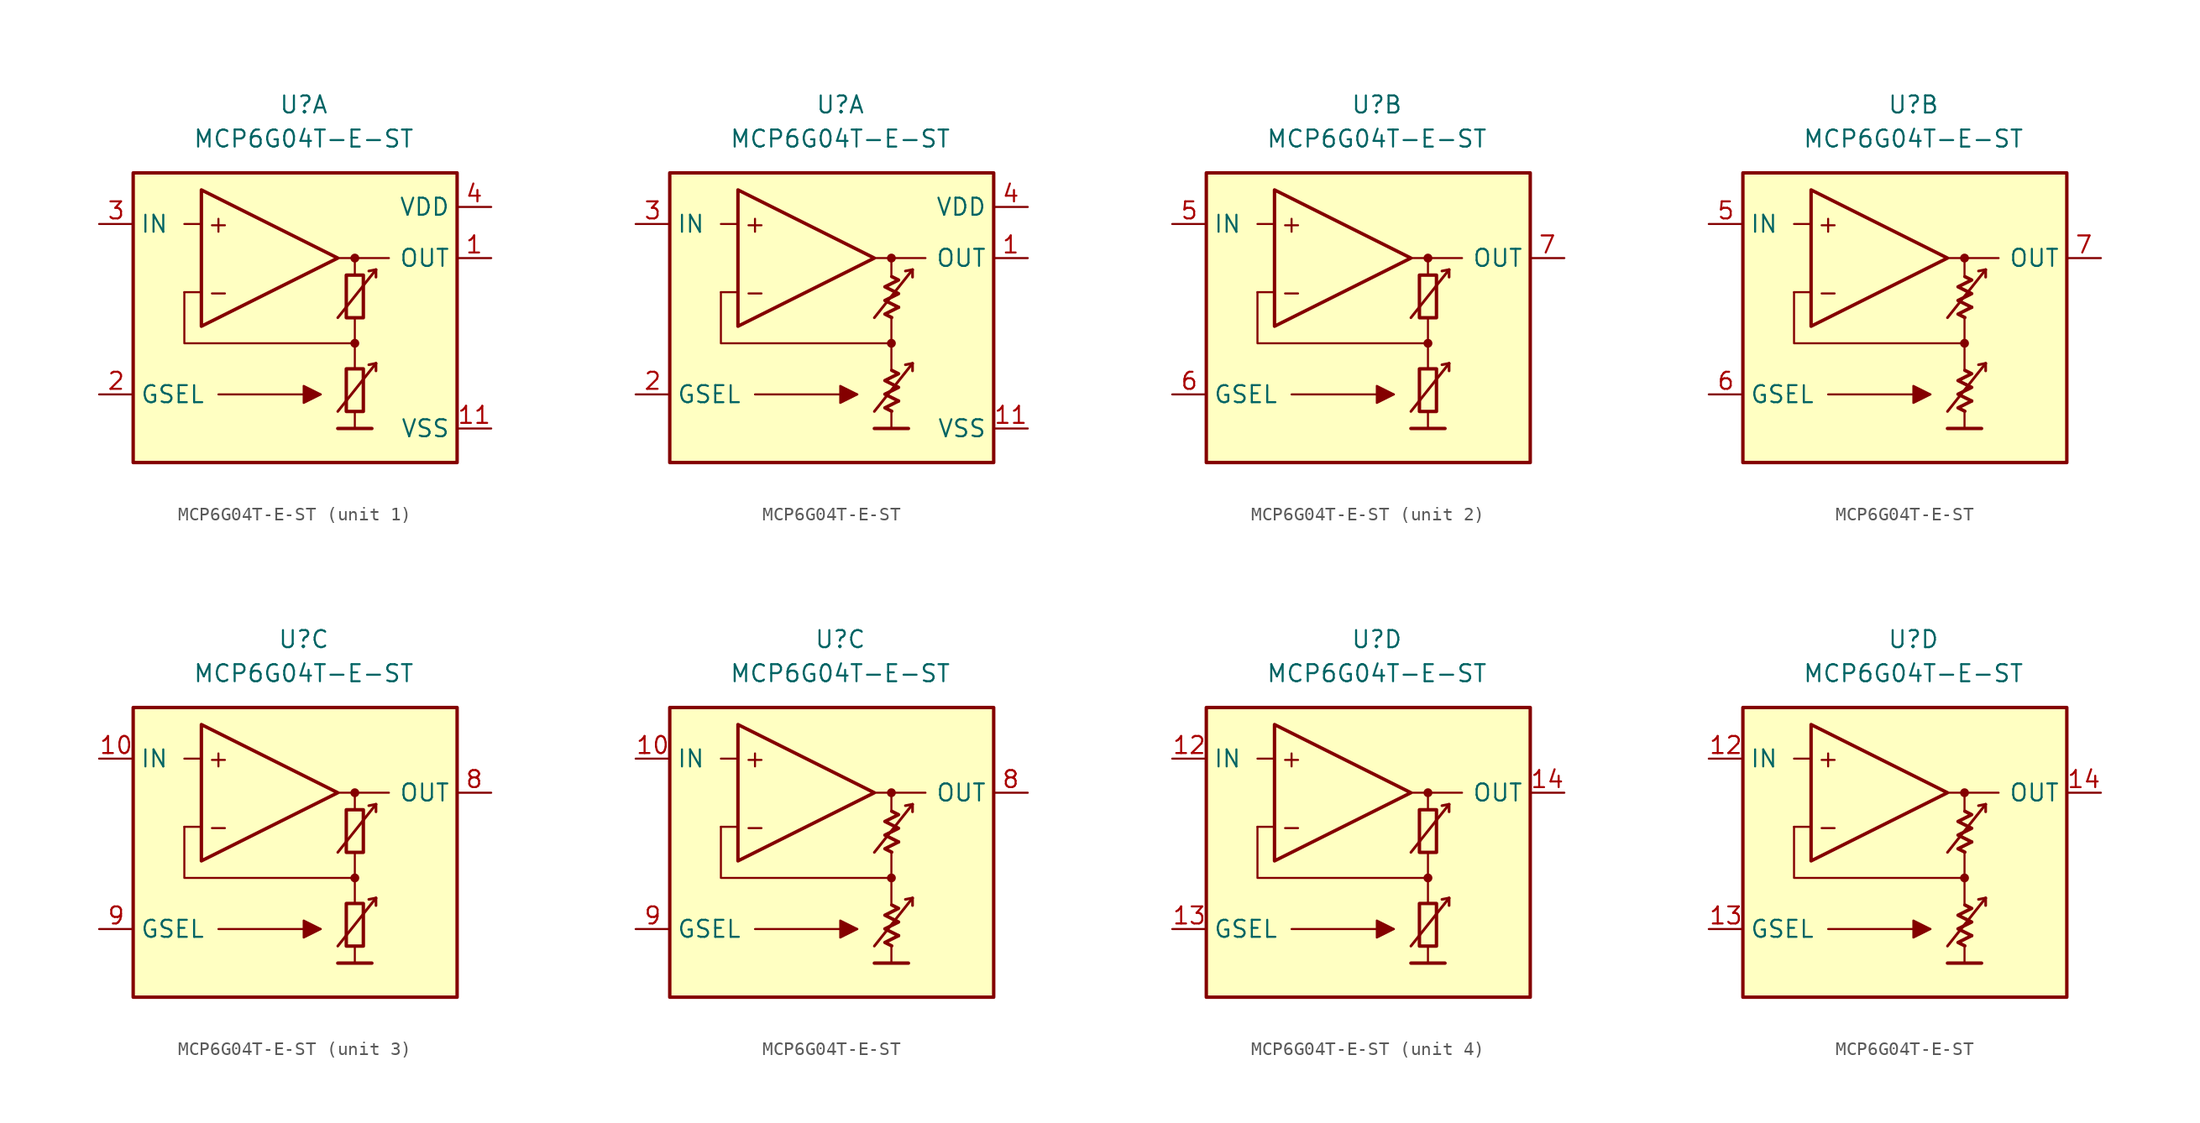
<source format=kicad_sym>
(kicad_symbol_lib
  (version 20231120)
  (generator "kicad_symbol_editor")
  (generator_version "8.0")
  (symbol "MCP6G04T-E-ST"
    (property "Reference" "U"
      (at 0 16.51 0)
      (effects (font (size 1.27 1.27))))
    (property "Value" "MCP6G04T-E-ST"
      (at 0 13.97 0)
      (effects (font (size 1.27 1.27))))
    (property "ki_locked" ""
      (at 0 0 0)
      (effects (font (size 1.27 1.27))))
    (symbol "MCP6G04T-E-ST_0_0"
      (rectangle (start -12.7 11.43) (end 11.43 -10.16) (stroke (width 0.254) (type default)) (fill (type background)))
      (polyline (pts (xy 3.81 -3.81)) (stroke (width 0.152) (type default)) (fill (type none)))
      (polyline (pts (xy 3.81 -3.175)) (stroke (width 0.152) (type default)) (fill (type none)))
      (polyline (pts (xy 3.81 3.81)) (stroke (width 0.152) (type default)) (fill (type none)))
      (polyline (pts (xy 3.81 3.81)) (stroke (width 0.152) (type default)) (fill (type none)))
      (polyline (pts (xy -7.62 2.54) (xy -8.89 2.54)) (stroke (width 0.152) (type default)) (fill (type none)))
      (polyline (pts (xy -7.62 7.62) (xy -8.89 7.62)) (stroke (width 0.152) (type default)) (fill (type none)))
      (polyline (pts (xy -6.35 -5.08) (xy 1.27 -5.08)) (stroke (width 0.152) (type default)) (fill (type none)))
      (polyline (pts (xy 2.54 -7.62) (xy 5.08 -7.62)) (stroke (width 0.254) (type default)) (fill (type none)))
      (polyline (pts (xy 2.54 5.08) (xy 6.35 5.08)) (stroke (width 0.152) (type default)) (fill (type none)))
      (polyline (pts (xy 3.81 -6.35) (xy 3.81 -7.62)) (stroke (width 0.152) (type default)) (fill (type none)))
      (polyline (pts (xy 3.81 -1.27) (xy 3.81 -3.175)) (stroke (width 0.152) (type default)) (fill (type none)))
      (polyline (pts (xy 3.81 0.635) (xy 3.81 -1.27)) (stroke (width 0.152) (type default)) (fill (type none)))
      (polyline (pts (xy 3.81 5.08) (xy 3.81 3.81)) (stroke (width 0.152) (type default)) (fill (type none)))
      (polyline (pts (xy 5.385 -2.769) (xy 4.851 -2.87)) (stroke (width 0.2) (type default)) (fill (type none)))
      (polyline (pts (xy 5.385 -2.769) (xy 5.385 -3.327)) (stroke (width 0.2) (type default)) (fill (type none)))
      (polyline (pts (xy 5.385 4.216) (xy 4.851 4.115)) (stroke (width 0.2) (type default)) (fill (type none)))
      (polyline (pts (xy 5.385 4.216) (xy 5.385 3.658)) (stroke (width 0.2) (type default)) (fill (type none)))
      (polyline (pts (xy 3.81 -1.27) (xy -8.89 -1.27) (xy -8.89 2.54)) (stroke (width 0.152) (type default)) (fill (type none)))
      (polyline (pts (xy -7.62 10.16) (xy -7.62 0) (xy 2.54 5.08) (xy -7.62 10.16)) (stroke (width 0.254) (type default)) (fill (type background)))
      (polyline (pts (xy 2.54 -6.35) (xy 5.385 -2.769) (xy 5.385 -2.769) (xy 5.385 -2.769)) (stroke (width 0.2) (type default)) (fill (type none)))
      (polyline (pts (xy 2.54 0.635) (xy 5.385 4.216) (xy 5.385 4.216) (xy 5.385 4.216)) (stroke (width 0.2) (type default)) (fill (type none)))
      (polyline (pts (xy 1.27 -5.08) (xy 0 -4.445) (xy 0 -5.715) (xy 1.27 -5.08) (xy 0 -4.445)) (stroke (width 0.152) (type default)) (fill (type outline)))
      (circle (center 3.81 -1.27) (radius 0.254) (stroke (width 0.152) (type default)) (fill (type outline)))
      (circle (center 3.81 5.08) (radius 0.254) (stroke (width 0.152) (type default)) (fill (type outline)))
      (text "+" (at -6.35 7.62 0) (effects (font (size 1.27 1.27))))
      (text "-" (at -6.35 2.54 0) (effects (font (size 1.27 1.27)))))
    (symbol "MCP6G04T-E-ST_0_1"
      (rectangle (start 3.175 -3.175) (end 4.445 -6.35) (stroke (width 0.254) (type default)) (fill (type none)))
      (rectangle (start 3.175 3.81) (end 4.445 0.635) (stroke (width 0.254) (type default)) (fill (type none))))
    (symbol "MCP6G04T-E-ST_0_2"
      (polyline (pts (xy 4.343 -5.572) (xy 3.326 -6.08) (xy 3.834 -6.333)) (stroke (width 0.254) (type default)) (fill (type none)))
      (polyline (pts (xy 4.343 1.413) (xy 3.326 0.905) (xy 3.834 0.651)) (stroke (width 0.254) (type default)) (fill (type none)))
      (polyline (pts (xy 3.834 -3.285) (xy 4.343 -3.539) (xy 3.326 -4.048) (xy 4.343 -4.556) (xy 3.326 -5.064) (xy 4.343 -5.572)) (stroke (width 0.254) (type default)) (fill (type none)))
      (polyline (pts (xy 3.834 3.7) (xy 4.343 3.446) (xy 3.326 2.938) (xy 4.343 2.429) (xy 3.326 1.921) (xy 4.343 1.413)) (stroke (width 0.254) (type default)) (fill (type none))))
    (symbol "MCP6G04T-E-ST_1_1"
      (pin output line (at 13.97 5.08 180) (length 2.54) (name "OUT" (effects (font (size 1.27 1.27)))) (number "1" (effects (font (size 1.27 1.27)))))
      (pin power_in line (at 13.97 -7.62 180) (length 2.54) (name "VSS" (effects (font (size 1.27 1.27)))) (number "11" (effects (font (size 1.27 1.27)))))
      (pin input line (at -15.24 -5.08 0) (length 2.54) (name "GSEL" (effects (font (size 1.27 1.27)))) (number "2" (effects (font (size 1.27 1.27)))))
      (pin input line (at -15.24 7.62 0) (length 2.54) (name "IN" (effects (font (size 1.27 1.27)))) (number "3" (effects (font (size 1.27 1.27)))))
      (pin power_in line (at 13.97 8.89 180) (length 2.54) (name "VDD" (effects (font (size 1.27 1.27)))) (number "4" (effects (font (size 1.27 1.27))))))
    (symbol "MCP6G04T-E-ST_1_2"
      (pin output line (at 13.97 5.08 180) (length 2.54) (name "OUT" (effects (font (size 1.27 1.27)))) (number "1" (effects (font (size 1.27 1.27)))))
      (pin power_in line (at 13.97 -7.62 180) (length 2.54) (name "VSS" (effects (font (size 1.27 1.27)))) (number "11" (effects (font (size 1.27 1.27)))))
      (pin input line (at -15.24 -5.08 0) (length 2.54) (name "GSEL" (effects (font (size 1.27 1.27)))) (number "2" (effects (font (size 1.27 1.27)))))
      (pin input line (at -15.24 7.62 0) (length 2.54) (name "IN" (effects (font (size 1.27 1.27)))) (number "3" (effects (font (size 1.27 1.27)))))
      (pin power_in line (at 13.97 8.89 180) (length 2.54) (name "VDD" (effects (font (size 1.27 1.27)))) (number "4" (effects (font (size 1.27 1.27))))))
    (symbol "MCP6G04T-E-ST_2_1"
      (pin input line (at -15.24 7.62 0) (length 2.54) (name "IN" (effects (font (size 1.27 1.27)))) (number "5" (effects (font (size 1.27 1.27)))))
      (pin input line (at -15.24 -5.08 0) (length 2.54) (name "GSEL" (effects (font (size 1.27 1.27)))) (number "6" (effects (font (size 1.27 1.27)))))
      (pin output line (at 13.97 5.08 180) (length 2.54) (name "OUT" (effects (font (size 1.27 1.27)))) (number "7" (effects (font (size 1.27 1.27))))))
    (symbol "MCP6G04T-E-ST_2_2"
      (pin input line (at -15.24 7.62 0) (length 2.54) (name "IN" (effects (font (size 1.27 1.27)))) (number "5" (effects (font (size 1.27 1.27)))))
      (pin input line (at -15.24 -5.08 0) (length 2.54) (name "GSEL" (effects (font (size 1.27 1.27)))) (number "6" (effects (font (size 1.27 1.27)))))
      (pin output line (at 13.97 5.08 180) (length 2.54) (name "OUT" (effects (font (size 1.27 1.27)))) (number "7" (effects (font (size 1.27 1.27))))))
    (symbol "MCP6G04T-E-ST_3_1"
      (pin input line (at -15.24 7.62 0) (length 2.54) (name "IN" (effects (font (size 1.27 1.27)))) (number "10" (effects (font (size 1.27 1.27)))))
      (pin output line (at 13.97 5.08 180) (length 2.54) (name "OUT" (effects (font (size 1.27 1.27)))) (number "8" (effects (font (size 1.27 1.27)))))
      (pin input line (at -15.24 -5.08 0) (length 2.54) (name "GSEL" (effects (font (size 1.27 1.27)))) (number "9" (effects (font (size 1.27 1.27))))))
    (symbol "MCP6G04T-E-ST_3_2"
      (pin input line (at -15.24 7.62 0) (length 2.54) (name "IN" (effects (font (size 1.27 1.27)))) (number "10" (effects (font (size 1.27 1.27)))))
      (pin output line (at 13.97 5.08 180) (length 2.54) (name "OUT" (effects (font (size 1.27 1.27)))) (number "8" (effects (font (size 1.27 1.27)))))
      (pin input line (at -15.24 -5.08 0) (length 2.54) (name "GSEL" (effects (font (size 1.27 1.27)))) (number "9" (effects (font (size 1.27 1.27))))))
    (symbol "MCP6G04T-E-ST_4_1"
      (pin input line (at -15.24 7.62 0) (length 2.54) (name "IN" (effects (font (size 1.27 1.27)))) (number "12" (effects (font (size 1.27 1.27)))))
      (pin input line (at -15.24 -5.08 0) (length 2.54) (name "GSEL" (effects (font (size 1.27 1.27)))) (number "13" (effects (font (size 1.27 1.27)))))
      (pin output line (at 13.97 5.08 180) (length 2.54) (name "OUT" (effects (font (size 1.27 1.27)))) (number "14" (effects (font (size 1.27 1.27))))))
    (symbol "MCP6G04T-E-ST_4_2"
      (pin input line (at -15.24 7.62 0) (length 2.54) (name "IN" (effects (font (size 1.27 1.27)))) (number "12" (effects (font (size 1.27 1.27)))))
      (pin input line (at -15.24 -5.08 0) (length 2.54) (name "GSEL" (effects (font (size 1.27 1.27)))) (number "13" (effects (font (size 1.27 1.27)))))
      (pin output line (at 13.97 5.08 180) (length 2.54) (name "OUT" (effects (font (size 1.27 1.27)))) (number "14" (effects (font (size 1.27 1.27))))))))
</source>
